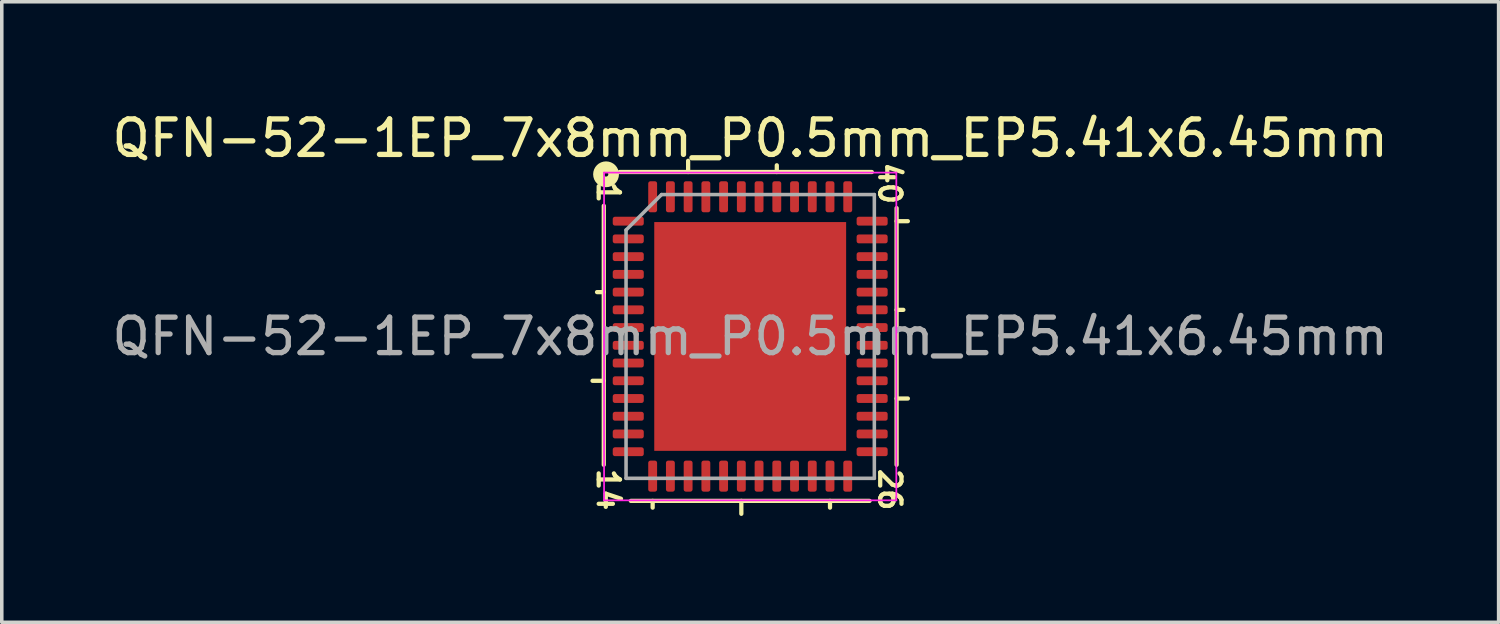
<source format=kicad_pcb>
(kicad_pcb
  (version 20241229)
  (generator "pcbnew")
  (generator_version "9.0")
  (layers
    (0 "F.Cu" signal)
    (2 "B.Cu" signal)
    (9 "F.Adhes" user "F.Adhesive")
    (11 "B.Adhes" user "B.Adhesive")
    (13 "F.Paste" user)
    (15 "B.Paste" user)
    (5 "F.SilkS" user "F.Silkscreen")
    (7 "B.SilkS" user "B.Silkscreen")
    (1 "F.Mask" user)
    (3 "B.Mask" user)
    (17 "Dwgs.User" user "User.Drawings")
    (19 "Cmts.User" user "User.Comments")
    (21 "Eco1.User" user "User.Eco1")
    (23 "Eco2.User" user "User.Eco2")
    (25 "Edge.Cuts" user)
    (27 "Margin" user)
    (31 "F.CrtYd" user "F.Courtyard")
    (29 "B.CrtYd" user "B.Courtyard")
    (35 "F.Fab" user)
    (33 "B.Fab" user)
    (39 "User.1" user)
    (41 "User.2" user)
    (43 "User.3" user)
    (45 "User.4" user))
  (footprint "QFN-52-1EP_7x8mm_P0.5mm_EP5.41x6.45mm"
    (layer "F.Cu")
    (at 18.101 6.436)
    (property "Reference" "QFN-52-1EP_7x8mm_P0.5mm_EP5.41x6.45mm" (at 0 -5.588 0) (layer "F.SilkS") (effects (font (size 1 1) (thickness 0.15))))
    (attr smd)
    (fp_line (start -4.128 -3.683) (end -4.128 3.619) (stroke (width 0.12) (type solid)) (layer "F.SilkS"))
    (fp_line (start -4.128 -1.25) (end -4.318 -1.25) (stroke (width 0.12) (type solid)) (layer "F.SilkS"))
    (fp_line (start -4.128 1.25) (end -4.445 1.25) (stroke (width 0.12) (type solid)) (layer "F.SilkS"))
    (fp_line (start -3.365 4.636) (end 3.365 4.636) (stroke (width 0.12) (type solid)) (layer "F.SilkS"))
    (fp_line (start -2.75 4.636) (end -2.75 4.826) (stroke (width 0.12) (type solid)) (layer "F.SilkS"))
    (fp_line (start -1.75 -4.636) (end -1.75 -4.953) (stroke (width 0.12) (type solid)) (layer "F.SilkS"))
    (fp_line (start -0.25 4.636) (end -0.25 5) (stroke (width 0.12) (type solid)) (layer "F.SilkS"))
    (fp_line (start 0.75 -4.636) (end 0.75 -4.826) (stroke (width 0.12) (type solid)) (layer "F.SilkS"))
    (fp_line (start 2.25 4.636) (end 2.25 4.826) (stroke (width 0.12) (type solid)) (layer "F.SilkS"))
    (fp_line (start 3.429 -4.636) (end -3.683 -4.636) (stroke (width 0.12) (type solid)) (layer "F.SilkS"))
    (fp_line (start 4.128 -3.25) (end 4.445 -3.25) (stroke (width 0.12) (type solid)) (layer "F.SilkS"))
    (fp_line (start 4.128 -0.75) (end 4.318 -0.75) (stroke (width 0.12) (type solid)) (layer "F.SilkS"))
    (fp_line (start 4.128 1.75) (end 4.445 1.75) (stroke (width 0.12) (type solid)) (layer "F.SilkS"))
    (fp_line (start 4.128 3.619) (end 4.128 -3.619) (stroke (width 0.12) (type solid)) (layer "F.SilkS"))
    (fp_circle (center -4.064 -4.572) (end -4 -4.572) (stroke (width 0.3) (type solid)) (fill no) (layer "F.SilkS"))
    (fp_line (start -4.12 -4.62) (end -4.12 4.62) (stroke (width 0.05) (type solid)) (layer "F.CrtYd"))
    (fp_line (start -4.12 4.62) (end 4.12 4.62) (stroke (width 0.05) (type solid)) (layer "F.CrtYd"))
    (fp_line (start 4.12 -4.62) (end -4.12 -4.62) (stroke (width 0.05) (type solid)) (layer "F.CrtYd"))
    (fp_line (start 4.12 4.62) (end 4.12 -4.62) (stroke (width 0.05) (type solid)) (layer "F.CrtYd"))
    (fp_line (start -3.5 -3) (end -2.5 -4) (stroke (width 0.1) (type solid)) (layer "F.Fab"))
    (fp_line (start -3.5 4) (end -3.5 -3) (stroke (width 0.1) (type solid)) (layer "F.Fab"))
    (fp_line (start -2.5 -4) (end 3.5 -4) (stroke (width 0.1) (type solid)) (layer "F.Fab"))
    (fp_line (start 3.5 -4) (end 3.5 4) (stroke (width 0.1) (type solid)) (layer "F.Fab"))
    (fp_line (start 3.5 4) (end -3.5 4) (stroke (width 0.1) (type solid)) (layer "F.Fab"))
    (fp_text user "14" (at -4 4.318 270) (unlocked yes) (layer "F.SilkS") (effects (font (size 0.6 0.6) (thickness 0.12))))
    (fp_text user "1" (at -4 -4.064 270) (unlocked yes) (layer "F.SilkS") (effects (font (size 0.6 0.6) (thickness 0.12))))
    (fp_text user "40" (at 3.937 -4.318 270) (unlocked yes) (layer "F.SilkS") (effects (font (size 0.6 0.6) (thickness 0.12))))
    (fp_text user "26" (at 3.937 4.318 270) (unlocked yes) (layer "F.SilkS") (effects (font (size 0.6 0.6) (thickness 0.12))))
    (fp_text user "${REFERENCE}" (at 0 0 0) (layer "F.Fab") (effects (font (size 1 1) (thickness 0.15))))
    (pad "" smd roundrect (at -2.025 -2.58) (size 1.09 1.04) (layers "F.Paste") (roundrect_rratio 0.24))
    (pad "" smd roundrect (at -2.025 -1.29) (size 1.09 1.04) (layers "F.Paste") (roundrect_rratio 0.24))
    (pad "" smd roundrect (at -2.025 0) (size 1.09 1.04) (layers "F.Paste") (roundrect_rratio 0.24))
    (pad "" smd roundrect (at -2.025 1.29) (size 1.09 1.04) (layers "F.Paste") (roundrect_rratio 0.24))
    (pad "" smd roundrect (at -2.025 2.58) (size 1.09 1.04) (layers "F.Paste") (roundrect_rratio 0.24))
    (pad "" smd roundrect (at -0.675 -2.58) (size 1.09 1.04) (layers "F.Paste") (roundrect_rratio 0.24))
    (pad "" smd roundrect (at -0.675 -1.29) (size 1.09 1.04) (layers "F.Paste") (roundrect_rratio 0.24))
    (pad "" smd roundrect (at -0.675 0) (size 1.09 1.04) (layers "F.Paste") (roundrect_rratio 0.24))
    (pad "" smd roundrect (at -0.675 1.29) (size 1.09 1.04) (layers "F.Paste") (roundrect_rratio 0.24))
    (pad "" smd roundrect (at -0.675 2.58) (size 1.09 1.04) (layers "F.Paste") (roundrect_rratio 0.24))
    (pad "" smd roundrect (at 0.675 -2.58) (size 1.09 1.04) (layers "F.Paste") (roundrect_rratio 0.24))
    (pad "" smd roundrect (at 0.675 -1.29) (size 1.09 1.04) (layers "F.Paste") (roundrect_rratio 0.24))
    (pad "" smd roundrect (at 0.675 0) (size 1.09 1.04) (layers "F.Paste") (roundrect_rratio 0.24))
    (pad "" smd roundrect (at 0.675 1.29) (size 1.09 1.04) (layers "F.Paste") (roundrect_rratio 0.24))
    (pad "" smd roundrect (at 0.675 2.58) (size 1.09 1.04) (layers "F.Paste") (roundrect_rratio 0.24))
    (pad "" smd roundrect (at 2.025 -2.58) (size 1.09 1.04) (layers "F.Paste") (roundrect_rratio 0.24))
    (pad "" smd roundrect (at 2.025 -1.29) (size 1.09 1.04) (layers "F.Paste") (roundrect_rratio 0.24))
    (pad "" smd roundrect (at 2.025 0) (size 1.09 1.04) (layers "F.Paste") (roundrect_rratio 0.24))
    (pad "" smd roundrect (at 2.025 1.29) (size 1.09 1.04) (layers "F.Paste") (roundrect_rratio 0.24))
    (pad "" smd roundrect (at 2.025 2.58) (size 1.09 1.04) (layers "F.Paste") (roundrect_rratio 0.24))
    (pad "1" smd roundrect (at -3.438 -3.25) (size 0.875 0.25) (layers "F.Cu" "F.Mask" "F.Paste") (roundrect_rratio 0.25))
    (pad "2" smd roundrect (at -3.438 -2.75) (size 0.875 0.25) (layers "F.Cu" "F.Mask" "F.Paste") (roundrect_rratio 0.25))
    (pad "3" smd roundrect (at -3.438 -2.25) (size 0.875 0.25) (layers "F.Cu" "F.Mask" "F.Paste") (roundrect_rratio 0.25))
    (pad "4" smd roundrect (at -3.438 -1.75) (size 0.875 0.25) (layers "F.Cu" "F.Mask" "F.Paste") (roundrect_rratio 0.25))
    (pad "5" smd roundrect (at -3.438 -1.25) (size 0.875 0.25) (layers "F.Cu" "F.Mask" "F.Paste") (roundrect_rratio 0.25))
    (pad "6" smd roundrect (at -3.438 -0.75) (size 0.875 0.25) (layers "F.Cu" "F.Mask" "F.Paste") (roundrect_rratio 0.25))
    (pad "7" smd roundrect (at -3.438 -0.25) (size 0.875 0.25) (layers "F.Cu" "F.Mask" "F.Paste") (roundrect_rratio 0.25))
    (pad "8" smd roundrect (at -3.438 0.25) (size 0.875 0.25) (layers "F.Cu" "F.Mask" "F.Paste") (roundrect_rratio 0.25))
    (pad "9" smd roundrect (at -3.438 0.75) (size 0.875 0.25) (layers "F.Cu" "F.Mask" "F.Paste") (roundrect_rratio 0.25))
    (pad "10" smd roundrect (at -3.438 1.25) (size 0.875 0.25) (layers "F.Cu" "F.Mask" "F.Paste") (roundrect_rratio 0.25))
    (pad "11" smd roundrect (at -3.438 1.75) (size 0.875 0.25) (layers "F.Cu" "F.Mask" "F.Paste") (roundrect_rratio 0.25))
    (pad "12" smd roundrect (at -3.438 2.25) (size 0.875 0.25) (layers "F.Cu" "F.Mask" "F.Paste") (roundrect_rratio 0.25))
    (pad "13" smd roundrect (at -3.438 2.75) (size 0.875 0.25) (layers "F.Cu" "F.Mask" "F.Paste") (roundrect_rratio 0.25))
    (pad "14" smd roundrect (at -3.438 3.25) (size 0.875 0.25) (layers "F.Cu" "F.Mask" "F.Paste") (roundrect_rratio 0.25))
    (pad "15" smd roundrect (at -2.75 3.938) (size 0.25 0.875) (layers "F.Cu" "F.Mask" "F.Paste") (roundrect_rratio 0.25))
    (pad "16" smd roundrect (at -2.25 3.938) (size 0.25 0.875) (layers "F.Cu" "F.Mask" "F.Paste") (roundrect_rratio 0.25))
    (pad "17" smd roundrect (at -1.75 3.938) (size 0.25 0.875) (layers "F.Cu" "F.Mask" "F.Paste") (roundrect_rratio 0.25))
    (pad "18" smd roundrect (at -1.25 3.938) (size 0.25 0.875) (layers "F.Cu" "F.Mask" "F.Paste") (roundrect_rratio 0.25))
    (pad "19" smd roundrect (at -0.75 3.938) (size 0.25 0.875) (layers "F.Cu" "F.Mask" "F.Paste") (roundrect_rratio 0.25))
    (pad "20" smd roundrect (at -0.25 3.938) (size 0.25 0.875) (layers "F.Cu" "F.Mask" "F.Paste") (roundrect_rratio 0.25))
    (pad "21" smd roundrect (at 0.25 3.938) (size 0.25 0.875) (layers "F.Cu" "F.Mask" "F.Paste") (roundrect_rratio 0.25))
    (pad "22" smd roundrect (at 0.75 3.938) (size 0.25 0.875) (layers "F.Cu" "F.Mask" "F.Paste") (roundrect_rratio 0.25))
    (pad "23" smd roundrect (at 1.25 3.938) (size 0.25 0.875) (layers "F.Cu" "F.Mask" "F.Paste") (roundrect_rratio 0.25))
    (pad "24" smd roundrect (at 1.75 3.938) (size 0.25 0.875) (layers "F.Cu" "F.Mask" "F.Paste") (roundrect_rratio 0.25))
    (pad "25" smd roundrect (at 2.25 3.938) (size 0.25 0.875) (layers "F.Cu" "F.Mask" "F.Paste") (roundrect_rratio 0.25))
    (pad "26" smd roundrect (at 2.75 3.938) (size 0.25 0.875) (layers "F.Cu" "F.Mask" "F.Paste") (roundrect_rratio 0.25))
    (pad "27" smd roundrect (at 3.438 3.25) (size 0.875 0.25) (layers "F.Cu" "F.Mask" "F.Paste") (roundrect_rratio 0.25))
    (pad "28" smd roundrect (at 3.438 2.75) (size 0.875 0.25) (layers "F.Cu" "F.Mask" "F.Paste") (roundrect_rratio 0.25))
    (pad "29" smd roundrect (at 3.438 2.25) (size 0.875 0.25) (layers "F.Cu" "F.Mask" "F.Paste") (roundrect_rratio 0.25))
    (pad "30" smd roundrect (at 3.438 1.75) (size 0.875 0.25) (layers "F.Cu" "F.Mask" "F.Paste") (roundrect_rratio 0.25))
    (pad "31" smd roundrect (at 3.438 1.25) (size 0.875 0.25) (layers "F.Cu" "F.Mask" "F.Paste") (roundrect_rratio 0.25))
    (pad "32" smd roundrect (at 3.438 0.75) (size 0.875 0.25) (layers "F.Cu" "F.Mask" "F.Paste") (roundrect_rratio 0.25))
    (pad "33" smd roundrect (at 3.438 0.25) (size 0.875 0.25) (layers "F.Cu" "F.Mask" "F.Paste") (roundrect_rratio 0.25))
    (pad "34" smd roundrect (at 3.438 -0.25) (size 0.875 0.25) (layers "F.Cu" "F.Mask" "F.Paste") (roundrect_rratio 0.25))
    (pad "35" smd roundrect (at 3.438 -0.75) (size 0.875 0.25) (layers "F.Cu" "F.Mask" "F.Paste") (roundrect_rratio 0.25))
    (pad "36" smd roundrect (at 3.438 -1.25) (size 0.875 0.25) (layers "F.Cu" "F.Mask" "F.Paste") (roundrect_rratio 0.25))
    (pad "37" smd roundrect (at 3.438 -1.75) (size 0.875 0.25) (layers "F.Cu" "F.Mask" "F.Paste") (roundrect_rratio 0.25))
    (pad "38" smd roundrect (at 3.438 -2.25) (size 0.875 0.25) (layers "F.Cu" "F.Mask" "F.Paste") (roundrect_rratio 0.25))
    (pad "39" smd roundrect (at 3.438 -2.75) (size 0.875 0.25) (layers "F.Cu" "F.Mask" "F.Paste") (roundrect_rratio 0.25))
    (pad "40" smd roundrect (at 3.438 -3.25) (size 0.875 0.25) (layers "F.Cu" "F.Mask" "F.Paste") (roundrect_rratio 0.25))
    (pad "41" smd roundrect (at 2.75 -3.938) (size 0.25 0.875) (layers "F.Cu" "F.Mask" "F.Paste") (roundrect_rratio 0.25))
    (pad "42" smd roundrect (at 2.25 -3.938) (size 0.25 0.875) (layers "F.Cu" "F.Mask" "F.Paste") (roundrect_rratio 0.25))
    (pad "43" smd roundrect (at 1.75 -3.938) (size 0.25 0.875) (layers "F.Cu" "F.Mask" "F.Paste") (roundrect_rratio 0.25))
    (pad "44" smd roundrect (at 1.25 -3.938) (size 0.25 0.875) (layers "F.Cu" "F.Mask" "F.Paste") (roundrect_rratio 0.25))
    (pad "45" smd roundrect (at 0.75 -3.938) (size 0.25 0.875) (layers "F.Cu" "F.Mask" "F.Paste") (roundrect_rratio 0.25))
    (pad "46" smd roundrect (at 0.25 -3.938) (size 0.25 0.875) (layers "F.Cu" "F.Mask" "F.Paste") (roundrect_rratio 0.25))
    (pad "47" smd roundrect (at -0.25 -3.938) (size 0.25 0.875) (layers "F.Cu" "F.Mask" "F.Paste") (roundrect_rratio 0.25))
    (pad "48" smd roundrect (at -0.75 -3.938) (size 0.25 0.875) (layers "F.Cu" "F.Mask" "F.Paste") (roundrect_rratio 0.25))
    (pad "49" smd roundrect (at -1.25 -3.938) (size 0.25 0.875) (layers "F.Cu" "F.Mask" "F.Paste") (roundrect_rratio 0.25))
    (pad "50" smd roundrect (at -1.75 -3.938) (size 0.25 0.875) (layers "F.Cu" "F.Mask" "F.Paste") (roundrect_rratio 0.25))
    (pad "51" smd roundrect (at -2.25 -3.938) (size 0.25 0.875) (layers "F.Cu" "F.Mask" "F.Paste") (roundrect_rratio 0.25))
    (pad "52" smd roundrect (at -2.75 -3.938) (size 0.25 0.875) (layers "F.Cu" "F.Mask" "F.Paste") (roundrect_rratio 0.25))
    (pad "53" smd rect (at 0 0) (size 5.41 6.45) (layers "F.Cu" "F.Mask")))
  (gr_rect
    (start -3 -3)
    (end 39.202 14.496)
    (stroke (width 0.1) (type default))
    (fill no)
    (layer "Edge.Cuts")))
</source>
